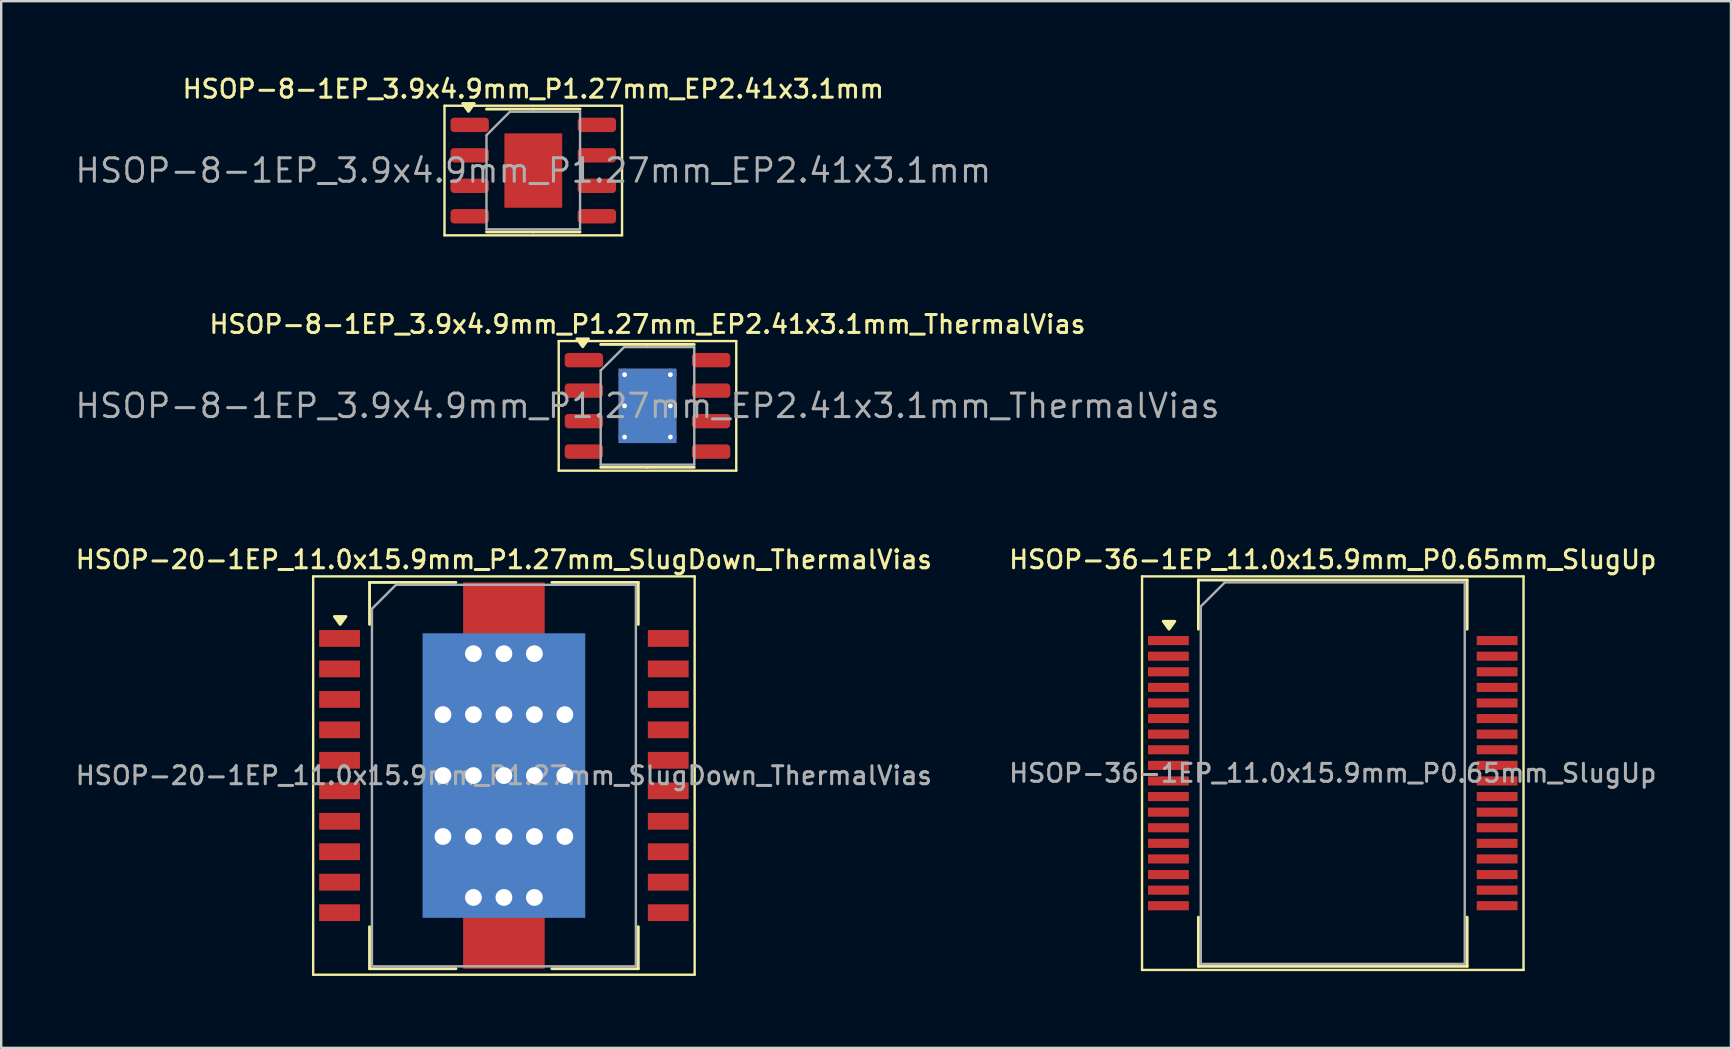
<source format=kicad_pcb>
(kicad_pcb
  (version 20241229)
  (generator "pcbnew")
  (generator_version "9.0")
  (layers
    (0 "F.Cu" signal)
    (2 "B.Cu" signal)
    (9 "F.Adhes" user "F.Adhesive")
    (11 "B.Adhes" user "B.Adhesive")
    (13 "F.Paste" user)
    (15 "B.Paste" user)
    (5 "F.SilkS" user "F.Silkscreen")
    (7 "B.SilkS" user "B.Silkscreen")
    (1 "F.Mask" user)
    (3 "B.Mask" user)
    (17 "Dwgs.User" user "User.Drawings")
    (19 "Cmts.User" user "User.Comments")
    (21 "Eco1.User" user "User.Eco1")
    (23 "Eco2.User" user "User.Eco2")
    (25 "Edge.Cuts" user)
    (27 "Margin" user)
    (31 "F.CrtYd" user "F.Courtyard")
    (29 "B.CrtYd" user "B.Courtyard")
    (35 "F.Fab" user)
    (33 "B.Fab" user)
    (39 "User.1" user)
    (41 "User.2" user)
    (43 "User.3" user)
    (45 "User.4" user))
  (footprint "HSOP-8-1EP_3.9x4.9mm_P1.27mm_EP2.41x3.1mm"
    (layer "F.Cu")
    (at 19.176 4.058)
    (property "Reference" "HSOP-8-1EP_3.9x4.9mm_P1.27mm_EP2.41x3.1mm" (at 0 -3.4 0) (layer "F.SilkS") (effects (font (size 0.75 0.75) (thickness 0.125))))
    (attr smd)
    (fp_line (start -3.7 -2.7) (end -3.7 2.7) (stroke (width 0.1) (type solid)) (layer "F.SilkS"))
    (fp_line (start -3.7 2.7) (end 3.7 2.7) (stroke (width 0.1) (type solid)) (layer "F.SilkS"))
    (fp_line (start 0 -2.56) (end -1.95 -2.56) (stroke (width 0.12) (type solid)) (layer "F.SilkS"))
    (fp_line (start 0 -2.56) (end 1.95 -2.56) (stroke (width 0.12) (type solid)) (layer "F.SilkS"))
    (fp_line (start 0 2.56) (end -1.95 2.56) (stroke (width 0.12) (type solid)) (layer "F.SilkS"))
    (fp_line (start 0 2.56) (end 1.95 2.56) (stroke (width 0.12) (type solid)) (layer "F.SilkS"))
    (fp_line (start 3.7 -2.7) (end -3.7 -2.7) (stroke (width 0.1) (type solid)) (layer "F.SilkS"))
    (fp_line (start 3.7 2.7) (end 3.7 -2.7) (stroke (width 0.1) (type solid)) (layer "F.SilkS"))
    (fp_poly (pts (xy -2.7 -2.465) (xy -2.94 -2.795) (xy -2.46 -2.795) (xy -2.7 -2.465)) (stroke (width 0.12) (type solid)) (fill yes) (layer "F.SilkS"))
    (fp_line (start -1.95 -1.475) (end -0.975 -2.45) (stroke (width 0.1) (type solid)) (layer "F.Fab"))
    (fp_line (start -1.95 2.45) (end -1.95 -1.475) (stroke (width 0.1) (type solid)) (layer "F.Fab"))
    (fp_line (start -0.975 -2.45) (end 1.95 -2.45) (stroke (width 0.1) (type solid)) (layer "F.Fab"))
    (fp_line (start 1.95 -2.45) (end 1.95 2.45) (stroke (width 0.1) (type solid)) (layer "F.Fab"))
    (fp_line (start 1.95 2.45) (end -1.95 2.45) (stroke (width 0.1) (type solid)) (layer "F.Fab"))
    (fp_text user "${REFERENCE}" (at 0 0 0) (layer "F.Fab") (effects (font (size 0.98 0.98) (thickness 0.125))))
    (pad "" smd roundrect (at -0.6 -0.775) (size 0.97 1.25) (layers "F.Paste") (roundrect_rratio 0.25))
    (pad "" smd roundrect (at -0.6 0.775) (size 0.97 1.25) (layers "F.Paste") (roundrect_rratio 0.25))
    (pad "" smd roundrect (at 0.6 -0.775) (size 0.97 1.25) (layers "F.Paste") (roundrect_rratio 0.25))
    (pad "" smd roundrect (at 0.6 0.775) (size 0.97 1.25) (layers "F.Paste") (roundrect_rratio 0.25))
    (pad "1" smd roundrect (at -2.65 -1.905) (size 1.6 0.6) (layers "F.Cu" "F.Mask" "F.Paste") (roundrect_rratio 0.25))
    (pad "2" smd roundrect (at -2.65 -0.635) (size 1.6 0.6) (layers "F.Cu" "F.Mask" "F.Paste") (roundrect_rratio 0.25))
    (pad "3" smd roundrect (at -2.65 0.635) (size 1.6 0.6) (layers "F.Cu" "F.Mask" "F.Paste") (roundrect_rratio 0.25))
    (pad "4" smd roundrect (at -2.65 1.905) (size 1.6 0.6) (layers "F.Cu" "F.Mask" "F.Paste") (roundrect_rratio 0.25))
    (pad "5" smd roundrect (at 2.65 1.905) (size 1.6 0.6) (layers "F.Cu" "F.Mask" "F.Paste") (roundrect_rratio 0.25))
    (pad "6" smd roundrect (at 2.65 0.635) (size 1.6 0.6) (layers "F.Cu" "F.Mask" "F.Paste") (roundrect_rratio 0.25))
    (pad "7" smd roundrect (at 2.65 -0.635) (size 1.6 0.6) (layers "F.Cu" "F.Mask" "F.Paste") (roundrect_rratio 0.25))
    (pad "8" smd roundrect (at 2.65 -1.905) (size 1.6 0.6) (layers "F.Cu" "F.Mask" "F.Paste") (roundrect_rratio 0.25))
    (pad "9" smd rect (at 0 0) (size 2.41 3.1) (property pad_prop_heatsink) (layers "F.Cu" "F.Mask")))
  (footprint "HSOP-8-1EP_3.9x4.9mm_P1.27mm_EP2.41x3.1mm_ThermalVias"
    (layer "F.Cu")
    (at 23.936 13.866)
    (property "Reference" "HSOP-8-1EP_3.9x4.9mm_P1.27mm_EP2.41x3.1mm_ThermalVias" (at 0 -3.4 0) (layer "F.SilkS") (effects (font (size 0.75 0.75) (thickness 0.125))))
    (attr smd)
    (fp_line (start -3.7 -2.7) (end -3.7 2.7) (stroke (width 0.1) (type solid)) (layer "F.SilkS"))
    (fp_line (start -3.7 2.7) (end 3.7 2.7) (stroke (width 0.1) (type solid)) (layer "F.SilkS"))
    (fp_line (start 0 -2.56) (end -1.95 -2.56) (stroke (width 0.12) (type solid)) (layer "F.SilkS"))
    (fp_line (start 0 -2.56) (end 1.95 -2.56) (stroke (width 0.12) (type solid)) (layer "F.SilkS"))
    (fp_line (start 0 2.56) (end -1.95 2.56) (stroke (width 0.12) (type solid)) (layer "F.SilkS"))
    (fp_line (start 0 2.56) (end 1.95 2.56) (stroke (width 0.12) (type solid)) (layer "F.SilkS"))
    (fp_line (start 3.7 -2.7) (end -3.7 -2.7) (stroke (width 0.1) (type solid)) (layer "F.SilkS"))
    (fp_line (start 3.7 2.7) (end 3.7 -2.7) (stroke (width 0.1) (type solid)) (layer "F.SilkS"))
    (fp_poly (pts (xy -2.7 -2.465) (xy -2.94 -2.795) (xy -2.46 -2.795) (xy -2.7 -2.465)) (stroke (width 0.12) (type solid)) (fill yes) (layer "F.SilkS"))
    (fp_line (start -1.95 -1.475) (end -0.975 -2.45) (stroke (width 0.1) (type solid)) (layer "F.Fab"))
    (fp_line (start -1.95 2.45) (end -1.95 -1.475) (stroke (width 0.1) (type solid)) (layer "F.Fab"))
    (fp_line (start -0.975 -2.45) (end 1.95 -2.45) (stroke (width 0.1) (type solid)) (layer "F.Fab"))
    (fp_line (start 1.95 -2.45) (end 1.95 2.45) (stroke (width 0.1) (type solid)) (layer "F.Fab"))
    (fp_line (start 1.95 2.45) (end -1.95 2.45) (stroke (width 0.1) (type solid)) (layer "F.Fab"))
    (fp_text user "${REFERENCE}" (at 0 0 0) (layer "F.Fab") (effects (font (size 0.98 0.98) (thickness 0.125))))
    (pad "" smd roundrect (at -0.6 -0.775) (size 0.97 1.25) (layers "F.Paste") (roundrect_rratio 0.25))
    (pad "" smd roundrect (at -0.6 0.775) (size 0.97 1.25) (layers "F.Paste") (roundrect_rratio 0.25))
    (pad "" smd roundrect (at 0.6 -0.775) (size 0.97 1.25) (layers "F.Paste") (roundrect_rratio 0.25))
    (pad "" smd roundrect (at 0.6 0.775) (size 0.97 1.25) (layers "F.Paste") (roundrect_rratio 0.25))
    (pad "1" smd roundrect (at -2.65 -1.905) (size 1.6 0.6) (layers "F.Cu" "F.Mask" "F.Paste") (roundrect_rratio 0.25))
    (pad "2" smd roundrect (at -2.65 -0.635) (size 1.6 0.6) (layers "F.Cu" "F.Mask" "F.Paste") (roundrect_rratio 0.25))
    (pad "3" smd roundrect (at -2.65 0.635) (size 1.6 0.6) (layers "F.Cu" "F.Mask" "F.Paste") (roundrect_rratio 0.25))
    (pad "4" smd roundrect (at -2.65 1.905) (size 1.6 0.6) (layers "F.Cu" "F.Mask" "F.Paste") (roundrect_rratio 0.25))
    (pad "5" smd roundrect (at 2.65 1.905) (size 1.6 0.6) (layers "F.Cu" "F.Mask" "F.Paste") (roundrect_rratio 0.25))
    (pad "6" smd roundrect (at 2.65 0.635) (size 1.6 0.6) (layers "F.Cu" "F.Mask" "F.Paste") (roundrect_rratio 0.25))
    (pad "7" smd roundrect (at 2.65 -0.635) (size 1.6 0.6) (layers "F.Cu" "F.Mask" "F.Paste") (roundrect_rratio 0.25))
    (pad "8" smd roundrect (at 2.65 -1.905) (size 1.6 0.6) (layers "F.Cu" "F.Mask" "F.Paste") (roundrect_rratio 0.25))
    (pad "9" thru_hole circle (at -0.955 -1.3) (size 0.5 0.5) (drill 0.2) (property pad_prop_heatsink) (layers "*.Cu"))
    (pad "9" thru_hole circle (at -0.955 0) (size 0.5 0.5) (drill 0.2) (property pad_prop_heatsink) (layers "*.Cu"))
    (pad "9" thru_hole circle (at -0.955 1.3) (size 0.5 0.5) (drill 0.2) (property pad_prop_heatsink) (layers "*.Cu"))
    (pad "9" smd rect (at 0 0) (size 2.41 3.1) (property pad_prop_heatsink) (layers "F.Cu" "F.Mask"))
    (pad "9" smd rect (at 0 0) (size 2.41 3.1) (property pad_prop_heatsink) (layers "B.Cu"))
    (pad "9" thru_hole circle (at 0.955 -1.3) (size 0.5 0.5) (drill 0.2) (property pad_prop_heatsink) (layers "*.Cu"))
    (pad "9" thru_hole circle (at 0.955 0) (size 0.5 0.5) (drill 0.2) (property pad_prop_heatsink) (layers "*.Cu"))
    (pad "9" thru_hole circle (at 0.955 1.3) (size 0.5 0.5) (drill 0.2) (property pad_prop_heatsink) (layers "*.Cu")))
  (footprint "HSOP-20-1EP_11.0x15.9mm_P1.27mm_SlugDown_ThermalVias"
    (layer "F.Cu")
    (at 17.952 29.274)
    (property "Reference" "HSOP-20-1EP_11.0x15.9mm_P1.27mm_SlugDown_ThermalVias" (at 0 -9 0) (layer "F.SilkS") (effects (font (size 0.75 0.75) (thickness 0.125))))
    (attr smd)
    (fp_line (start -7.95 -8.3) (end -7.95 8.3) (stroke (width 0.1) (type solid)) (layer "F.SilkS"))
    (fp_line (start -7.95 -8.3) (end 7.95 -8.3) (stroke (width 0.1) (type solid)) (layer "F.SilkS"))
    (fp_line (start -5.6 -8.05) (end -5.6 -6.3) (stroke (width 0.12) (type solid)) (layer "F.SilkS"))
    (fp_line (start -5.6 8.05) (end -5.6 6.3) (stroke (width 0.12) (type solid)) (layer "F.SilkS"))
    (fp_line (start -2 -8.05) (end -5.6 -8.05) (stroke (width 0.12) (type solid)) (layer "F.SilkS"))
    (fp_line (start -2 8.05) (end -5.6 8.05) (stroke (width 0.12) (type solid)) (layer "F.SilkS"))
    (fp_line (start 5.6 -8.05) (end 2 -8.05) (stroke (width 0.12) (type solid)) (layer "F.SilkS"))
    (fp_line (start 5.6 -8.05) (end 5.6 -6.3) (stroke (width 0.12) (type solid)) (layer "F.SilkS"))
    (fp_line (start 5.6 8.05) (end 2 8.05) (stroke (width 0.12) (type solid)) (layer "F.SilkS"))
    (fp_line (start 5.6 8.05) (end 5.6 6.3) (stroke (width 0.12) (type solid)) (layer "F.SilkS"))
    (fp_line (start 7.95 8.3) (end -7.95 8.3) (stroke (width 0.1) (type solid)) (layer "F.SilkS"))
    (fp_line (start 7.95 8.3) (end 7.95 -8.3) (stroke (width 0.1) (type solid)) (layer "F.SilkS"))
    (fp_poly (pts (xy -6.825 -6.3) (xy -7.065 -6.63) (xy -6.585 -6.63) (xy -6.825 -6.3)) (stroke (width 0.12) (type solid)) (fill yes) (layer "F.SilkS"))
    (fp_line (start -5.5 -6.95) (end -5.5 7.95) (stroke (width 0.1) (type solid)) (layer "F.Fab"))
    (fp_line (start -5.5 7.95) (end 5.5 7.95) (stroke (width 0.1) (type solid)) (layer "F.Fab"))
    (fp_line (start -4.5 -7.95) (end -5.5 -6.95) (stroke (width 0.1) (type solid)) (layer "F.Fab"))
    (fp_line (start 5.5 -7.95) (end -4.5 -7.95) (stroke (width 0.1) (type solid)) (layer "F.Fab"))
    (fp_line (start 5.5 7.95) (end 5.5 -7.95) (stroke (width 0.1) (type solid)) (layer "F.Fab"))
    (fp_text user "${REFERENCE}" (at 0 0 0) (layer "F.Fab") (effects (font (size 0.75 0.75) (thickness 0.125))))
    (pad "1" smd rect (at -6.85 -5.715) (size 1.7 0.7) (layers "F.Cu" "F.Mask" "F.Paste"))
    (pad "2" smd rect (at -6.85 -4.445) (size 1.7 0.7) (layers "F.Cu" "F.Mask" "F.Paste"))
    (pad "3" smd rect (at -6.85 -3.175) (size 1.7 0.7) (layers "F.Cu" "F.Mask" "F.Paste"))
    (pad "4" smd rect (at -6.85 -1.905) (size 1.7 0.7) (layers "F.Cu" "F.Mask" "F.Paste"))
    (pad "5" smd rect (at -6.85 -0.635) (size 1.7 0.7) (layers "F.Cu" "F.Mask" "F.Paste"))
    (pad "6" smd rect (at -6.85 0.635) (size 1.7 0.7) (layers "F.Cu" "F.Mask" "F.Paste"))
    (pad "7" smd rect (at -6.85 1.905) (size 1.7 0.7) (layers "F.Cu" "F.Mask" "F.Paste"))
    (pad "8" smd rect (at -6.85 3.175) (size 1.7 0.7) (layers "F.Cu" "F.Mask" "F.Paste"))
    (pad "9" smd rect (at -6.85 4.445) (size 1.7 0.7) (layers "F.Cu" "F.Mask" "F.Paste"))
    (pad "10" smd rect (at -6.85 5.715) (size 1.7 0.7) (layers "F.Cu" "F.Mask" "F.Paste"))
    (pad "11" smd rect (at 6.85 5.715) (size 1.7 0.7) (layers "F.Cu" "F.Mask" "F.Paste"))
    (pad "12" smd rect (at 6.85 4.445) (size 1.7 0.7) (layers "F.Cu" "F.Mask" "F.Paste"))
    (pad "13" smd rect (at 6.85 3.175) (size 1.7 0.7) (layers "F.Cu" "F.Mask" "F.Paste"))
    (pad "14" smd rect (at 6.85 1.905) (size 1.7 0.7) (layers "F.Cu" "F.Mask" "F.Paste"))
    (pad "15" smd rect (at 6.85 0.635) (size 1.7 0.7) (layers "F.Cu" "F.Mask" "F.Paste"))
    (pad "16" smd rect (at 6.85 -0.635) (size 1.7 0.7) (layers "F.Cu" "F.Mask" "F.Paste"))
    (pad "17" smd rect (at 6.85 -1.905) (size 1.7 0.7) (layers "F.Cu" "F.Mask" "F.Paste"))
    (pad "18" smd rect (at 6.85 -3.175) (size 1.7 0.7) (layers "F.Cu" "F.Mask" "F.Paste"))
    (pad "19" smd rect (at 6.85 -4.445) (size 1.7 0.7) (layers "F.Cu" "F.Mask" "F.Paste"))
    (pad "20" smd rect (at 6.85 -5.715) (size 1.7 0.7) (layers "F.Cu" "F.Mask" "F.Paste"))
    (pad "21" thru_hole circle (at -2.54 -2.54) (size 0.75 0.75) (drill 0.7) (layers "*.Cu"))
    (pad "21" thru_hole circle (at -2.54 0) (size 0.75 0.75) (drill 0.7) (layers "*.Cu"))
    (pad "21" thru_hole circle (at -2.54 2.54) (size 0.75 0.75) (drill 0.7) (layers "*.Cu"))
    (pad "21" thru_hole circle (at -1.27 -5.08) (size 0.75 0.75) (drill 0.7) (layers "*.Cu"))
    (pad "21" thru_hole circle (at -1.27 -2.54) (size 0.75 0.75) (drill 0.7) (layers "*.Cu"))
    (pad "21" thru_hole circle (at -1.27 0) (size 0.75 0.75) (drill 0.7) (layers "*.Cu"))
    (pad "21" thru_hole circle (at -1.27 2.54) (size 0.75 0.75) (drill 0.7) (layers "*.Cu"))
    (pad "21" thru_hole circle (at -1.27 5.08) (size 0.75 0.75) (drill 0.7) (layers "*.Cu"))
    (pad "21" smd rect (at 0 -6.843) (size 3.4 2.415) (layers "F.Cu" "F.Mask" "F.Paste"))
    (pad "21" thru_hole circle (at 0 -5.08) (size 0.75 0.75) (drill 0.7) (layers "*.Cu"))
    (pad "21" thru_hole circle (at 0 -2.54) (size 0.75 0.75) (drill 0.7) (layers "*.Cu"))
    (pad "21" thru_hole circle (at 0 0) (size 0.75 0.75) (drill 0.7) (layers "*.Cu"))
    (pad "21" smd rect (at 0 0) (size 6.4 11.27) (layers "F.Cu" "F.Mask" "F.Paste"))
    (pad "21" smd rect (at 0 0) (size 6.78 11.86) (layers "B.Cu"))
    (pad "21" thru_hole circle (at 0 2.54) (size 0.75 0.75) (drill 0.7) (layers "*.Cu"))
    (pad "21" thru_hole circle (at 0 5.08) (size 0.75 0.75) (drill 0.7) (layers "*.Cu"))
    (pad "21" smd rect (at 0 6.843) (size 3.4 2.415) (layers "F.Cu" "F.Mask" "F.Paste"))
    (pad "21" thru_hole circle (at 1.27 -5.08) (size 0.75 0.75) (drill 0.7) (layers "*.Cu"))
    (pad "21" thru_hole circle (at 1.27 -2.54) (size 0.75 0.75) (drill 0.7) (layers "*.Cu"))
    (pad "21" thru_hole circle (at 1.27 0) (size 0.75 0.75) (drill 0.7) (layers "*.Cu"))
    (pad "21" thru_hole circle (at 1.27 2.54) (size 0.75 0.75) (drill 0.7) (layers "*.Cu"))
    (pad "21" thru_hole circle (at 1.27 5.08) (size 0.75 0.75) (drill 0.7) (layers "*.Cu"))
    (pad "21" thru_hole circle (at 2.54 -2.54) (size 0.75 0.75) (drill 0.7) (layers "*.Cu"))
    (pad "21" thru_hole circle (at 2.54 0) (size 0.75 0.75) (drill 0.7) (layers "*.Cu"))
    (pad "21" thru_hole circle (at 2.54 2.54) (size 0.75 0.75) (drill 0.7) (layers "*.Cu")))
  (footprint "HSOP-36-1EP_11.0x15.9mm_P0.65mm_SlugUp"
    (layer "F.Cu")
    (at 52.498 29.174)
    (property "Reference" "HSOP-36-1EP_11.0x15.9mm_P0.65mm_SlugUp" (at 0 -8.9 0) (layer "F.SilkS") (effects (font (size 0.75 0.75) (thickness 0.125))))
    (attr smd)
    (fp_line (start -7.95 -8.2) (end -7.95 8.2) (stroke (width 0.1) (type solid)) (layer "F.SilkS"))
    (fp_line (start -7.95 -8.2) (end 7.95 -8.2) (stroke (width 0.1) (type solid)) (layer "F.SilkS"))
    (fp_line (start -5.6 -8.05) (end -5.6 -6) (stroke (width 0.12) (type solid)) (layer "F.SilkS"))
    (fp_line (start -5.6 8.05) (end -5.6 6) (stroke (width 0.12) (type solid)) (layer "F.SilkS"))
    (fp_line (start 5.6 -8.05) (end -5.6 -8.05) (stroke (width 0.12) (type solid)) (layer "F.SilkS"))
    (fp_line (start 5.6 -8.05) (end 5.6 -6) (stroke (width 0.12) (type solid)) (layer "F.SilkS"))
    (fp_line (start 5.6 8.05) (end -5.6 8.05) (stroke (width 0.12) (type solid)) (layer "F.SilkS"))
    (fp_line (start 5.6 8.05) (end 5.6 6) (stroke (width 0.12) (type solid)) (layer "F.SilkS"))
    (fp_line (start 7.95 8.2) (end -7.95 8.2) (stroke (width 0.1) (type solid)) (layer "F.SilkS"))
    (fp_line (start 7.95 8.2) (end 7.95 -8.2) (stroke (width 0.1) (type solid)) (layer "F.SilkS"))
    (fp_poly (pts (xy -6.825 -6) (xy -7.065 -6.33) (xy -6.585 -6.33) (xy -6.825 -6)) (stroke (width 0.12) (type solid)) (fill yes) (layer "F.SilkS"))
    (fp_line (start -5.5 -6.95) (end -5.5 7.95) (stroke (width 0.1) (type solid)) (layer "F.Fab"))
    (fp_line (start -5.5 7.95) (end 5.5 7.95) (stroke (width 0.1) (type solid)) (layer "F.Fab"))
    (fp_line (start -4.5 -7.95) (end -5.5 -6.95) (stroke (width 0.1) (type solid)) (layer "F.Fab"))
    (fp_line (start 5.5 -7.95) (end -4.5 -7.95) (stroke (width 0.1) (type solid)) (layer "F.Fab"))
    (fp_line (start 5.5 7.95) (end 5.5 -7.95) (stroke (width 0.1) (type solid)) (layer "F.Fab"))
    (fp_text user "${REFERENCE}" (at 0 0 0) (layer "F.Fab") (effects (font (size 0.75 0.75) (thickness 0.125))))
    (pad "1" smd rect (at -6.85 -5.525) (size 1.7 0.38) (layers "F.Cu" "F.Mask" "F.Paste"))
    (pad "2" smd rect (at -6.85 -4.875) (size 1.7 0.38) (layers "F.Cu" "F.Mask" "F.Paste"))
    (pad "3" smd rect (at -6.85 -4.225) (size 1.7 0.38) (layers "F.Cu" "F.Mask" "F.Paste"))
    (pad "4" smd rect (at -6.85 -3.575) (size 1.7 0.38) (layers "F.Cu" "F.Mask" "F.Paste"))
    (pad "5" smd rect (at -6.85 -2.925) (size 1.7 0.38) (layers "F.Cu" "F.Mask" "F.Paste"))
    (pad "6" smd rect (at -6.85 -2.275) (size 1.7 0.38) (layers "F.Cu" "F.Mask" "F.Paste"))
    (pad "7" smd rect (at -6.85 -1.625) (size 1.7 0.38) (layers "F.Cu" "F.Mask" "F.Paste"))
    (pad "8" smd rect (at -6.85 -0.975) (size 1.7 0.38) (layers "F.Cu" "F.Mask" "F.Paste"))
    (pad "9" smd rect (at -6.85 -0.325) (size 1.7 0.38) (layers "F.Cu" "F.Mask" "F.Paste"))
    (pad "10" smd rect (at -6.85 0.325) (size 1.7 0.38) (layers "F.Cu" "F.Mask" "F.Paste"))
    (pad "11" smd rect (at -6.85 0.975) (size 1.7 0.38) (layers "F.Cu" "F.Mask" "F.Paste"))
    (pad "12" smd rect (at -6.85 1.625) (size 1.7 0.38) (layers "F.Cu" "F.Mask" "F.Paste"))
    (pad "13" smd rect (at -6.85 2.275) (size 1.7 0.38) (layers "F.Cu" "F.Mask" "F.Paste"))
    (pad "14" smd rect (at -6.85 2.925) (size 1.7 0.38) (layers "F.Cu" "F.Mask" "F.Paste"))
    (pad "15" smd rect (at -6.85 3.575) (size 1.7 0.38) (layers "F.Cu" "F.Mask" "F.Paste"))
    (pad "16" smd rect (at -6.85 4.225) (size 1.7 0.38) (layers "F.Cu" "F.Mask" "F.Paste"))
    (pad "17" smd rect (at -6.85 4.875) (size 1.7 0.38) (layers "F.Cu" "F.Mask" "F.Paste"))
    (pad "18" smd rect (at -6.85 5.525) (size 1.7 0.38) (layers "F.Cu" "F.Mask" "F.Paste"))
    (pad "19" smd rect (at 6.85 5.525) (size 1.7 0.38) (layers "F.Cu" "F.Mask" "F.Paste"))
    (pad "20" smd rect (at 6.85 4.875) (size 1.7 0.38) (layers "F.Cu" "F.Mask" "F.Paste"))
    (pad "21" smd rect (at 6.85 4.225) (size 1.7 0.38) (layers "F.Cu" "F.Mask" "F.Paste"))
    (pad "22" smd rect (at 6.85 3.575) (size 1.7 0.38) (layers "F.Cu" "F.Mask" "F.Paste"))
    (pad "23" smd rect (at 6.85 2.925) (size 1.7 0.38) (layers "F.Cu" "F.Mask" "F.Paste"))
    (pad "24" smd rect (at 6.85 2.275) (size 1.7 0.38) (layers "F.Cu" "F.Mask" "F.Paste"))
    (pad "25" smd rect (at 6.85 1.625) (size 1.7 0.38) (layers "F.Cu" "F.Mask" "F.Paste"))
    (pad "26" smd rect (at 6.85 0.975) (size 1.7 0.38) (layers "F.Cu" "F.Mask" "F.Paste"))
    (pad "27" smd rect (at 6.85 0.325) (size 1.7 0.38) (layers "F.Cu" "F.Mask" "F.Paste"))
    (pad "28" smd rect (at 6.85 -0.325) (size 1.7 0.38) (layers "F.Cu" "F.Mask" "F.Paste"))
    (pad "29" smd rect (at 6.85 -0.975) (size 1.7 0.38) (layers "F.Cu" "F.Mask" "F.Paste"))
    (pad "30" smd rect (at 6.85 -1.625) (size 1.7 0.38) (layers "F.Cu" "F.Mask" "F.Paste"))
    (pad "31" smd rect (at 6.85 -2.275) (size 1.7 0.38) (layers "F.Cu" "F.Mask" "F.Paste"))
    (pad "32" smd rect (at 6.85 -2.925) (size 1.7 0.38) (layers "F.Cu" "F.Mask" "F.Paste"))
    (pad "33" smd rect (at 6.85 -3.575) (size 1.7 0.38) (layers "F.Cu" "F.Mask" "F.Paste"))
    (pad "34" smd rect (at 6.85 -4.225) (size 1.7 0.38) (layers "F.Cu" "F.Mask" "F.Paste"))
    (pad "35" smd rect (at 6.85 -4.875) (size 1.7 0.38) (layers "F.Cu" "F.Mask" "F.Paste"))
    (pad "36" smd rect (at 6.85 -5.525) (size 1.7 0.38) (layers "F.Cu" "F.Mask" "F.Paste")))
  (gr_rect
    (start -3 -3)
    (end 69.093 40.624)
    (stroke (width 0.1) (type default))
    (fill no)
    (layer "Edge.Cuts")))
</source>
